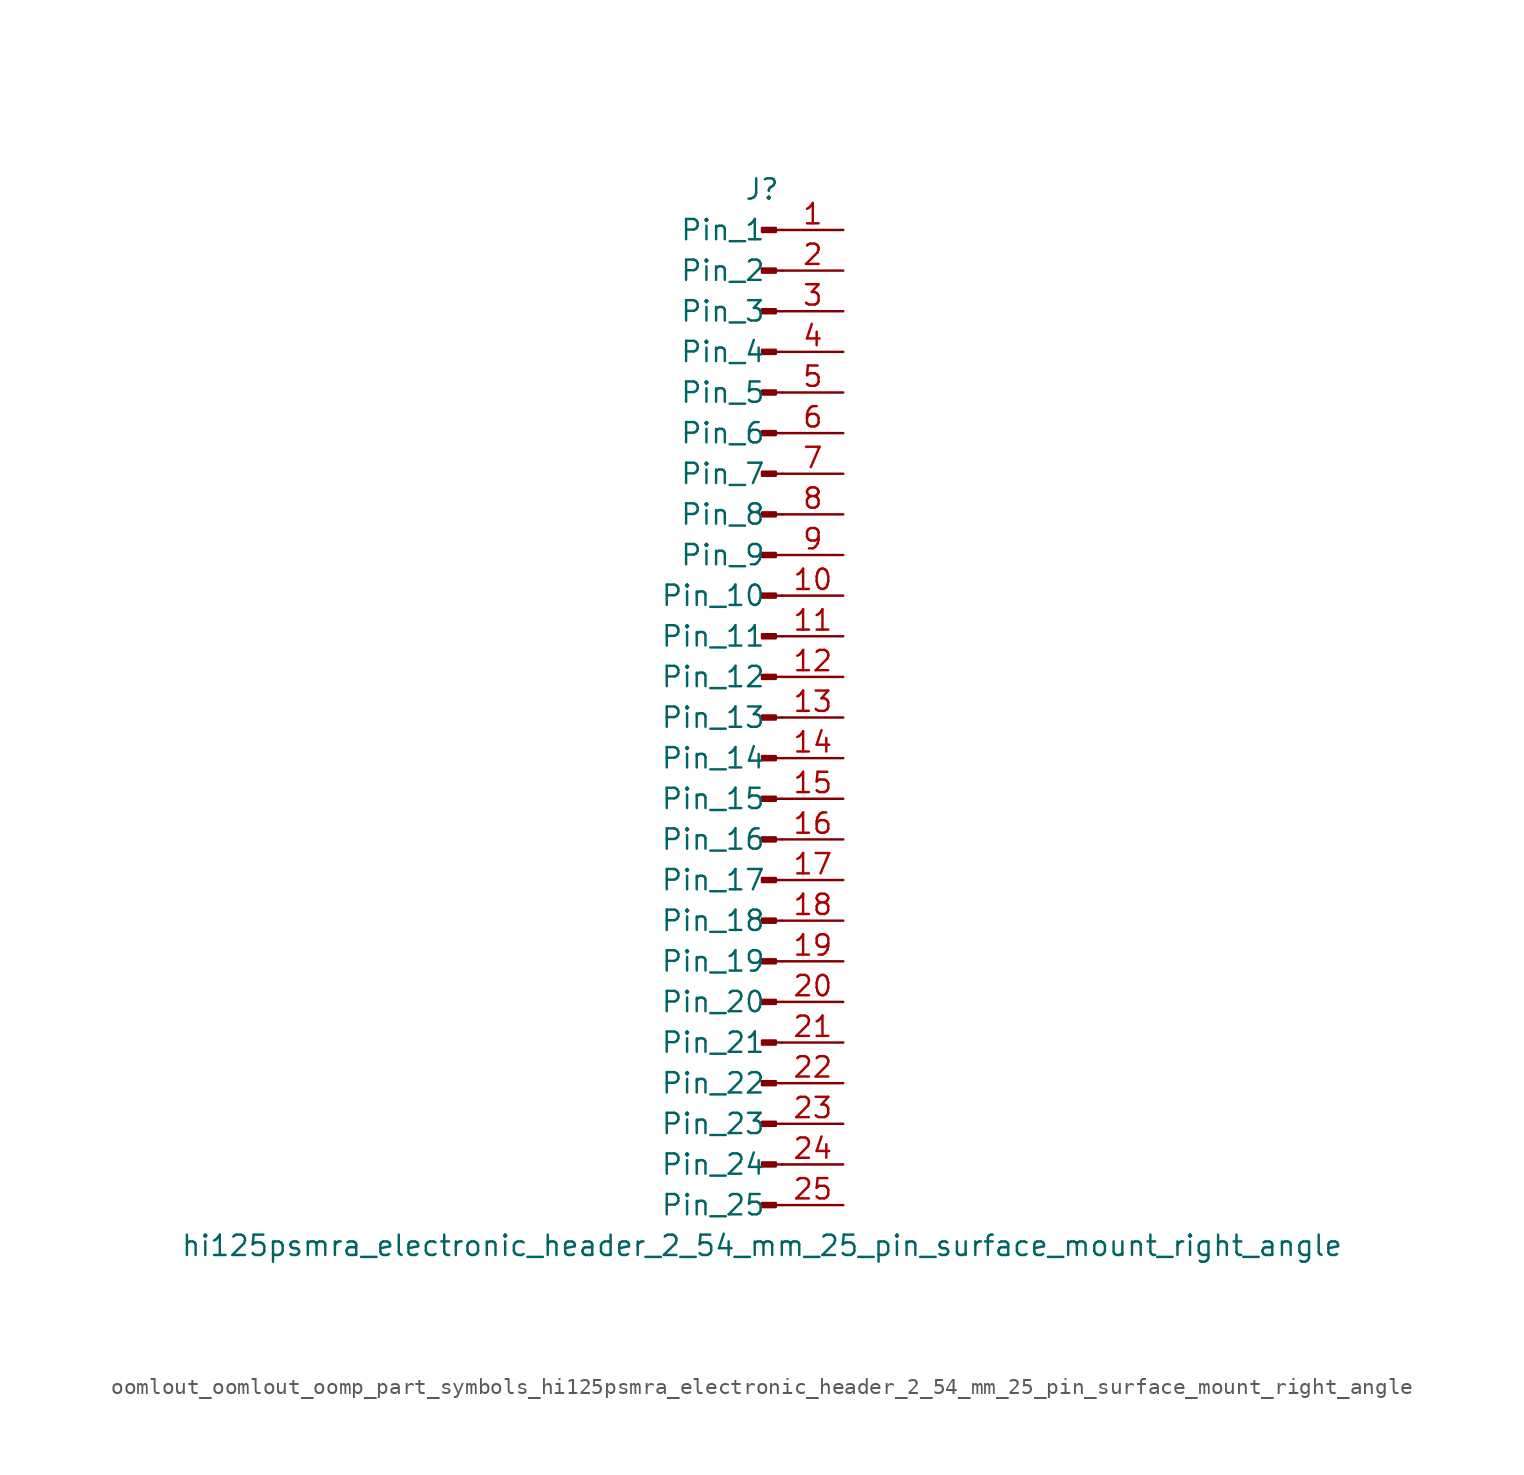
<source format=kicad_sym>
(kicad_symbol_lib
  (version 20220914)
  (generator kicad_symbol_editor)
  (symbol "oomlout_oomlout_oomp_part_symbols_hi125psmra_electronic_header_2_54_mm_25_pin_surface_mount_right_angle"
    (pin_names
      (offset 1.016))
    (property "Reference" "J"
      (at 0 33.02 0)
      (effects (font (size 1.27 1.27))))
    (property "Value" "hi125psmra_electronic_header_2_54_mm_25_pin_surface_mount_right_angle"
      (at 0 -33.02 0)
      (effects (font (size 1.27 1.27))))
    (property "ki_locked" ""
      (at 0 0 0)
      (effects (font (size 1.27 1.27))))
    (symbol "oomlout_oomlout_oomp_part_symbols_hi125psmra_electronic_header_2_54_mm_25_pin_surface_mount_right_angle_1_1"
      (polyline (pts (xy 1.27 -30.48) (xy 0.864 -30.48)) (stroke (width 0.152) (type default)) (fill (type none)))
      (polyline (pts (xy 1.27 -27.94) (xy 0.864 -27.94)) (stroke (width 0.152) (type default)) (fill (type none)))
      (polyline (pts (xy 1.27 -25.4) (xy 0.864 -25.4)) (stroke (width 0.152) (type default)) (fill (type none)))
      (polyline (pts (xy 1.27 -22.86) (xy 0.864 -22.86)) (stroke (width 0.152) (type default)) (fill (type none)))
      (polyline (pts (xy 1.27 -20.32) (xy 0.864 -20.32)) (stroke (width 0.152) (type default)) (fill (type none)))
      (polyline (pts (xy 1.27 -17.78) (xy 0.864 -17.78)) (stroke (width 0.152) (type default)) (fill (type none)))
      (polyline (pts (xy 1.27 -15.24) (xy 0.864 -15.24)) (stroke (width 0.152) (type default)) (fill (type none)))
      (polyline (pts (xy 1.27 -12.7) (xy 0.864 -12.7)) (stroke (width 0.152) (type default)) (fill (type none)))
      (polyline (pts (xy 1.27 -10.16) (xy 0.864 -10.16)) (stroke (width 0.152) (type default)) (fill (type none)))
      (polyline (pts (xy 1.27 -7.62) (xy 0.864 -7.62)) (stroke (width 0.152) (type default)) (fill (type none)))
      (polyline (pts (xy 1.27 -5.08) (xy 0.864 -5.08)) (stroke (width 0.152) (type default)) (fill (type none)))
      (polyline (pts (xy 1.27 -2.54) (xy 0.864 -2.54)) (stroke (width 0.152) (type default)) (fill (type none)))
      (polyline (pts (xy 1.27 0) (xy 0.864 0)) (stroke (width 0.152) (type default)) (fill (type none)))
      (polyline (pts (xy 1.27 2.54) (xy 0.864 2.54)) (stroke (width 0.152) (type default)) (fill (type none)))
      (polyline (pts (xy 1.27 5.08) (xy 0.864 5.08)) (stroke (width 0.152) (type default)) (fill (type none)))
      (polyline (pts (xy 1.27 7.62) (xy 0.864 7.62)) (stroke (width 0.152) (type default)) (fill (type none)))
      (polyline (pts (xy 1.27 10.16) (xy 0.864 10.16)) (stroke (width 0.152) (type default)) (fill (type none)))
      (polyline (pts (xy 1.27 12.7) (xy 0.864 12.7)) (stroke (width 0.152) (type default)) (fill (type none)))
      (polyline (pts (xy 1.27 15.24) (xy 0.864 15.24)) (stroke (width 0.152) (type default)) (fill (type none)))
      (polyline (pts (xy 1.27 17.78) (xy 0.864 17.78)) (stroke (width 0.152) (type default)) (fill (type none)))
      (polyline (pts (xy 1.27 20.32) (xy 0.864 20.32)) (stroke (width 0.152) (type default)) (fill (type none)))
      (polyline (pts (xy 1.27 22.86) (xy 0.864 22.86)) (stroke (width 0.152) (type default)) (fill (type none)))
      (polyline (pts (xy 1.27 25.4) (xy 0.864 25.4)) (stroke (width 0.152) (type default)) (fill (type none)))
      (polyline (pts (xy 1.27 27.94) (xy 0.864 27.94)) (stroke (width 0.152) (type default)) (fill (type none)))
      (polyline (pts (xy 1.27 30.48) (xy 0.864 30.48)) (stroke (width 0.152) (type default)) (fill (type none)))
      (rectangle (start 0.864 -30.353) (end 0 -30.607) (stroke (width 0.152) (type default)) (fill (type outline)))
      (rectangle (start 0.864 -27.813) (end 0 -28.067) (stroke (width 0.152) (type default)) (fill (type outline)))
      (rectangle (start 0.864 -25.273) (end 0 -25.527) (stroke (width 0.152) (type default)) (fill (type outline)))
      (rectangle (start 0.864 -22.733) (end 0 -22.987) (stroke (width 0.152) (type default)) (fill (type outline)))
      (rectangle (start 0.864 -20.193) (end 0 -20.447) (stroke (width 0.152) (type default)) (fill (type outline)))
      (rectangle (start 0.864 -17.653) (end 0 -17.907) (stroke (width 0.152) (type default)) (fill (type outline)))
      (rectangle (start 0.864 -15.113) (end 0 -15.367) (stroke (width 0.152) (type default)) (fill (type outline)))
      (rectangle (start 0.864 -12.573) (end 0 -12.827) (stroke (width 0.152) (type default)) (fill (type outline)))
      (rectangle (start 0.864 -10.033) (end 0 -10.287) (stroke (width 0.152) (type default)) (fill (type outline)))
      (rectangle (start 0.864 -7.493) (end 0 -7.747) (stroke (width 0.152) (type default)) (fill (type outline)))
      (rectangle (start 0.864 -4.953) (end 0 -5.207) (stroke (width 0.152) (type default)) (fill (type outline)))
      (rectangle (start 0.864 -2.413) (end 0 -2.667) (stroke (width 0.152) (type default)) (fill (type outline)))
      (rectangle (start 0.864 0.127) (end 0 -0.127) (stroke (width 0.152) (type default)) (fill (type outline)))
      (rectangle (start 0.864 2.667) (end 0 2.413) (stroke (width 0.152) (type default)) (fill (type outline)))
      (rectangle (start 0.864 5.207) (end 0 4.953) (stroke (width 0.152) (type default)) (fill (type outline)))
      (rectangle (start 0.864 7.747) (end 0 7.493) (stroke (width 0.152) (type default)) (fill (type outline)))
      (rectangle (start 0.864 10.287) (end 0 10.033) (stroke (width 0.152) (type default)) (fill (type outline)))
      (rectangle (start 0.864 12.827) (end 0 12.573) (stroke (width 0.152) (type default)) (fill (type outline)))
      (rectangle (start 0.864 15.367) (end 0 15.113) (stroke (width 0.152) (type default)) (fill (type outline)))
      (rectangle (start 0.864 17.907) (end 0 17.653) (stroke (width 0.152) (type default)) (fill (type outline)))
      (rectangle (start 0.864 20.447) (end 0 20.193) (stroke (width 0.152) (type default)) (fill (type outline)))
      (rectangle (start 0.864 22.987) (end 0 22.733) (stroke (width 0.152) (type default)) (fill (type outline)))
      (rectangle (start 0.864 25.527) (end 0 25.273) (stroke (width 0.152) (type default)) (fill (type outline)))
      (rectangle (start 0.864 28.067) (end 0 27.813) (stroke (width 0.152) (type default)) (fill (type outline)))
      (rectangle (start 0.864 30.607) (end 0 30.353) (stroke (width 0.152) (type default)) (fill (type outline)))
      (pin passive line (at 5.08 30.48 180) (length 3.81) (name "Pin_1" (effects (font (size 1.27 1.27)))) (number "1" (effects (font (size 1.27 1.27)))))
      (pin passive line (at 5.08 7.62 180) (length 3.81) (name "Pin_10" (effects (font (size 1.27 1.27)))) (number "10" (effects (font (size 1.27 1.27)))))
      (pin passive line (at 5.08 5.08 180) (length 3.81) (name "Pin_11" (effects (font (size 1.27 1.27)))) (number "11" (effects (font (size 1.27 1.27)))))
      (pin passive line (at 5.08 2.54 180) (length 3.81) (name "Pin_12" (effects (font (size 1.27 1.27)))) (number "12" (effects (font (size 1.27 1.27)))))
      (pin passive line (at 5.08 0 180) (length 3.81) (name "Pin_13" (effects (font (size 1.27 1.27)))) (number "13" (effects (font (size 1.27 1.27)))))
      (pin passive line (at 5.08 -2.54 180) (length 3.81) (name "Pin_14" (effects (font (size 1.27 1.27)))) (number "14" (effects (font (size 1.27 1.27)))))
      (pin passive line (at 5.08 -5.08 180) (length 3.81) (name "Pin_15" (effects (font (size 1.27 1.27)))) (number "15" (effects (font (size 1.27 1.27)))))
      (pin passive line (at 5.08 -7.62 180) (length 3.81) (name "Pin_16" (effects (font (size 1.27 1.27)))) (number "16" (effects (font (size 1.27 1.27)))))
      (pin passive line (at 5.08 -10.16 180) (length 3.81) (name "Pin_17" (effects (font (size 1.27 1.27)))) (number "17" (effects (font (size 1.27 1.27)))))
      (pin passive line (at 5.08 -12.7 180) (length 3.81) (name "Pin_18" (effects (font (size 1.27 1.27)))) (number "18" (effects (font (size 1.27 1.27)))))
      (pin passive line (at 5.08 -15.24 180) (length 3.81) (name "Pin_19" (effects (font (size 1.27 1.27)))) (number "19" (effects (font (size 1.27 1.27)))))
      (pin passive line (at 5.08 27.94 180) (length 3.81) (name "Pin_2" (effects (font (size 1.27 1.27)))) (number "2" (effects (font (size 1.27 1.27)))))
      (pin passive line (at 5.08 -17.78 180) (length 3.81) (name "Pin_20" (effects (font (size 1.27 1.27)))) (number "20" (effects (font (size 1.27 1.27)))))
      (pin passive line (at 5.08 -20.32 180) (length 3.81) (name "Pin_21" (effects (font (size 1.27 1.27)))) (number "21" (effects (font (size 1.27 1.27)))))
      (pin passive line (at 5.08 -22.86 180) (length 3.81) (name "Pin_22" (effects (font (size 1.27 1.27)))) (number "22" (effects (font (size 1.27 1.27)))))
      (pin passive line (at 5.08 -25.4 180) (length 3.81) (name "Pin_23" (effects (font (size 1.27 1.27)))) (number "23" (effects (font (size 1.27 1.27)))))
      (pin passive line (at 5.08 -27.94 180) (length 3.81) (name "Pin_24" (effects (font (size 1.27 1.27)))) (number "24" (effects (font (size 1.27 1.27)))))
      (pin passive line (at 5.08 -30.48 180) (length 3.81) (name "Pin_25" (effects (font (size 1.27 1.27)))) (number "25" (effects (font (size 1.27 1.27)))))
      (pin passive line (at 5.08 25.4 180) (length 3.81) (name "Pin_3" (effects (font (size 1.27 1.27)))) (number "3" (effects (font (size 1.27 1.27)))))
      (pin passive line (at 5.08 22.86 180) (length 3.81) (name "Pin_4" (effects (font (size 1.27 1.27)))) (number "4" (effects (font (size 1.27 1.27)))))
      (pin passive line (at 5.08 20.32 180) (length 3.81) (name "Pin_5" (effects (font (size 1.27 1.27)))) (number "5" (effects (font (size 1.27 1.27)))))
      (pin passive line (at 5.08 17.78 180) (length 3.81) (name "Pin_6" (effects (font (size 1.27 1.27)))) (number "6" (effects (font (size 1.27 1.27)))))
      (pin passive line (at 5.08 15.24 180) (length 3.81) (name "Pin_7" (effects (font (size 1.27 1.27)))) (number "7" (effects (font (size 1.27 1.27)))))
      (pin passive line (at 5.08 12.7 180) (length 3.81) (name "Pin_8" (effects (font (size 1.27 1.27)))) (number "8" (effects (font (size 1.27 1.27)))))
      (pin passive line (at 5.08 10.16 180) (length 3.81) (name "Pin_9" (effects (font (size 1.27 1.27)))) (number "9" (effects (font (size 1.27 1.27))))))))
</source>
